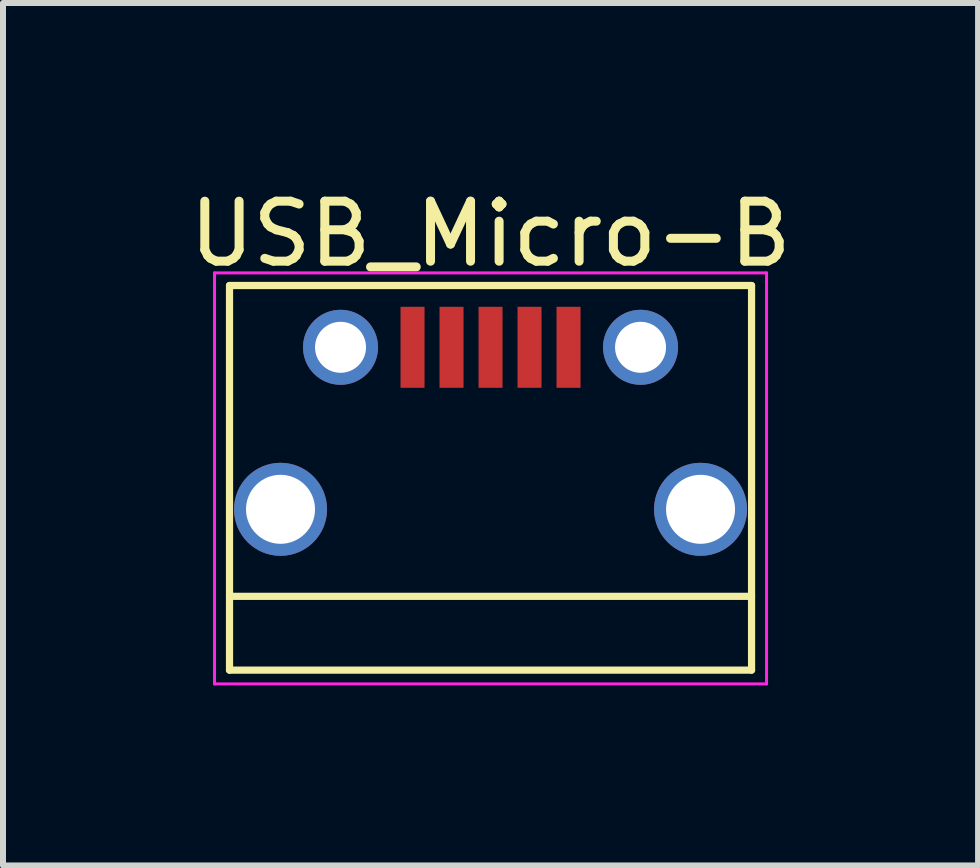
<source format=kicad_pcb>
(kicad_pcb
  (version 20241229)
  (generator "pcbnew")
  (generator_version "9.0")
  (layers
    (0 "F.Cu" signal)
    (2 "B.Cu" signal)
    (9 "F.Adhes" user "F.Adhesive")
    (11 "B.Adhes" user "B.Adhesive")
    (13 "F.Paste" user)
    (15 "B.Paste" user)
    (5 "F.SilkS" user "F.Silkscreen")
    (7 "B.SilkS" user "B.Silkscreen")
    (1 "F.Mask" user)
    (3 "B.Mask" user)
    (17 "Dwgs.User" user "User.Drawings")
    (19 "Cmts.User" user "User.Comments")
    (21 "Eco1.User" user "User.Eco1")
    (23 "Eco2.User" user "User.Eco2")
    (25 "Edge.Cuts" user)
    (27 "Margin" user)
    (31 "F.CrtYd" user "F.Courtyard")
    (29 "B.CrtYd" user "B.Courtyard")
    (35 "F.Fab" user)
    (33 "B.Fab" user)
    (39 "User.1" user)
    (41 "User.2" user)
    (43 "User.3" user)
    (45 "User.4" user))
  (footprint "USB_Micro-B"
    (layer "F.Cu")
    (at 5.125 4.088)
    (property "Reference" "USB_Micro-B" (at 0 -3.24 0) (layer "F.SilkS") (effects (font (size 1 1) (thickness 0.15))))
    (attr smd)
    (fp_line (start -4.35 -2.38) (end 4.35 -2.38) (stroke (width 0.12) (type solid)) (layer "F.SilkS"))
    (fp_line (start -4.35 4.03) (end -4.35 -2.38) (stroke (width 0.12) (type solid)) (layer "F.SilkS"))
    (fp_line (start -4.35 4.03) (end 4.35 4.03) (stroke (width 0.12) (type solid)) (layer "F.SilkS"))
    (fp_line (start 4.35 -2.38) (end 4.35 4.03) (stroke (width 0.12) (type solid)) (layer "F.SilkS"))
    (fp_line (start 4.35 2.8) (end -4.35 2.8) (stroke (width 0.12) (type solid)) (layer "F.SilkS"))
    (fp_line (start -4.6 -2.59) (end 4.6 -2.59) (stroke (width 0.05) (type solid)) (layer "F.CrtYd"))
    (fp_line (start -4.6 4.26) (end -4.6 -2.59) (stroke (width 0.05) (type solid)) (layer "F.CrtYd"))
    (fp_line (start 4.6 -2.59) (end 4.6 4.26) (stroke (width 0.05) (type solid)) (layer "F.CrtYd"))
    (fp_line (start 4.6 4.26) (end -4.6 4.26) (stroke (width 0.05) (type solid)) (layer "F.CrtYd"))
    (pad "1" smd rect (at -1.3 -1.35 90) (size 1.35 0.4) (layers "F.Cu" "F.Mask" "F.Paste"))
    (pad "2" smd rect (at -0.65 -1.35 90) (size 1.35 0.4) (layers "F.Cu" "F.Mask" "F.Paste"))
    (pad "3" smd rect (at 0 -1.35 90) (size 1.35 0.4) (layers "F.Cu" "F.Mask" "F.Paste"))
    (pad "4" smd rect (at 0.65 -1.35 90) (size 1.35 0.4) (layers "F.Cu" "F.Mask" "F.Paste"))
    (pad "5" smd rect (at 1.3 -1.35 90) (size 1.35 0.4) (layers "F.Cu" "F.Mask" "F.Paste"))
    (pad "6" thru_hole circle (at -3.5 1.35 90) (size 1.55 1.55) (drill 1.15) (layers "*.Cu" "*.Mask"))
    (pad "6" thru_hole circle (at -2.5 -1.35 90) (size 1.25 1.25) (drill 0.85) (layers "*.Cu" "*.Mask"))
    (pad "6" thru_hole circle (at 2.5 -1.35 90) (size 1.25 1.25) (drill 0.85) (layers "*.Cu" "*.Mask"))
    (pad "6" thru_hole circle (at 3.5 1.35 90) (size 1.55 1.55) (drill 1.15) (layers "*.Cu" "*.Mask")))
  (gr_rect
    (start -3 -3)
    (end 13.25 11.373)
    (stroke (width 0.1) (type default))
    (fill no)
    (layer "Edge.Cuts")))
</source>
